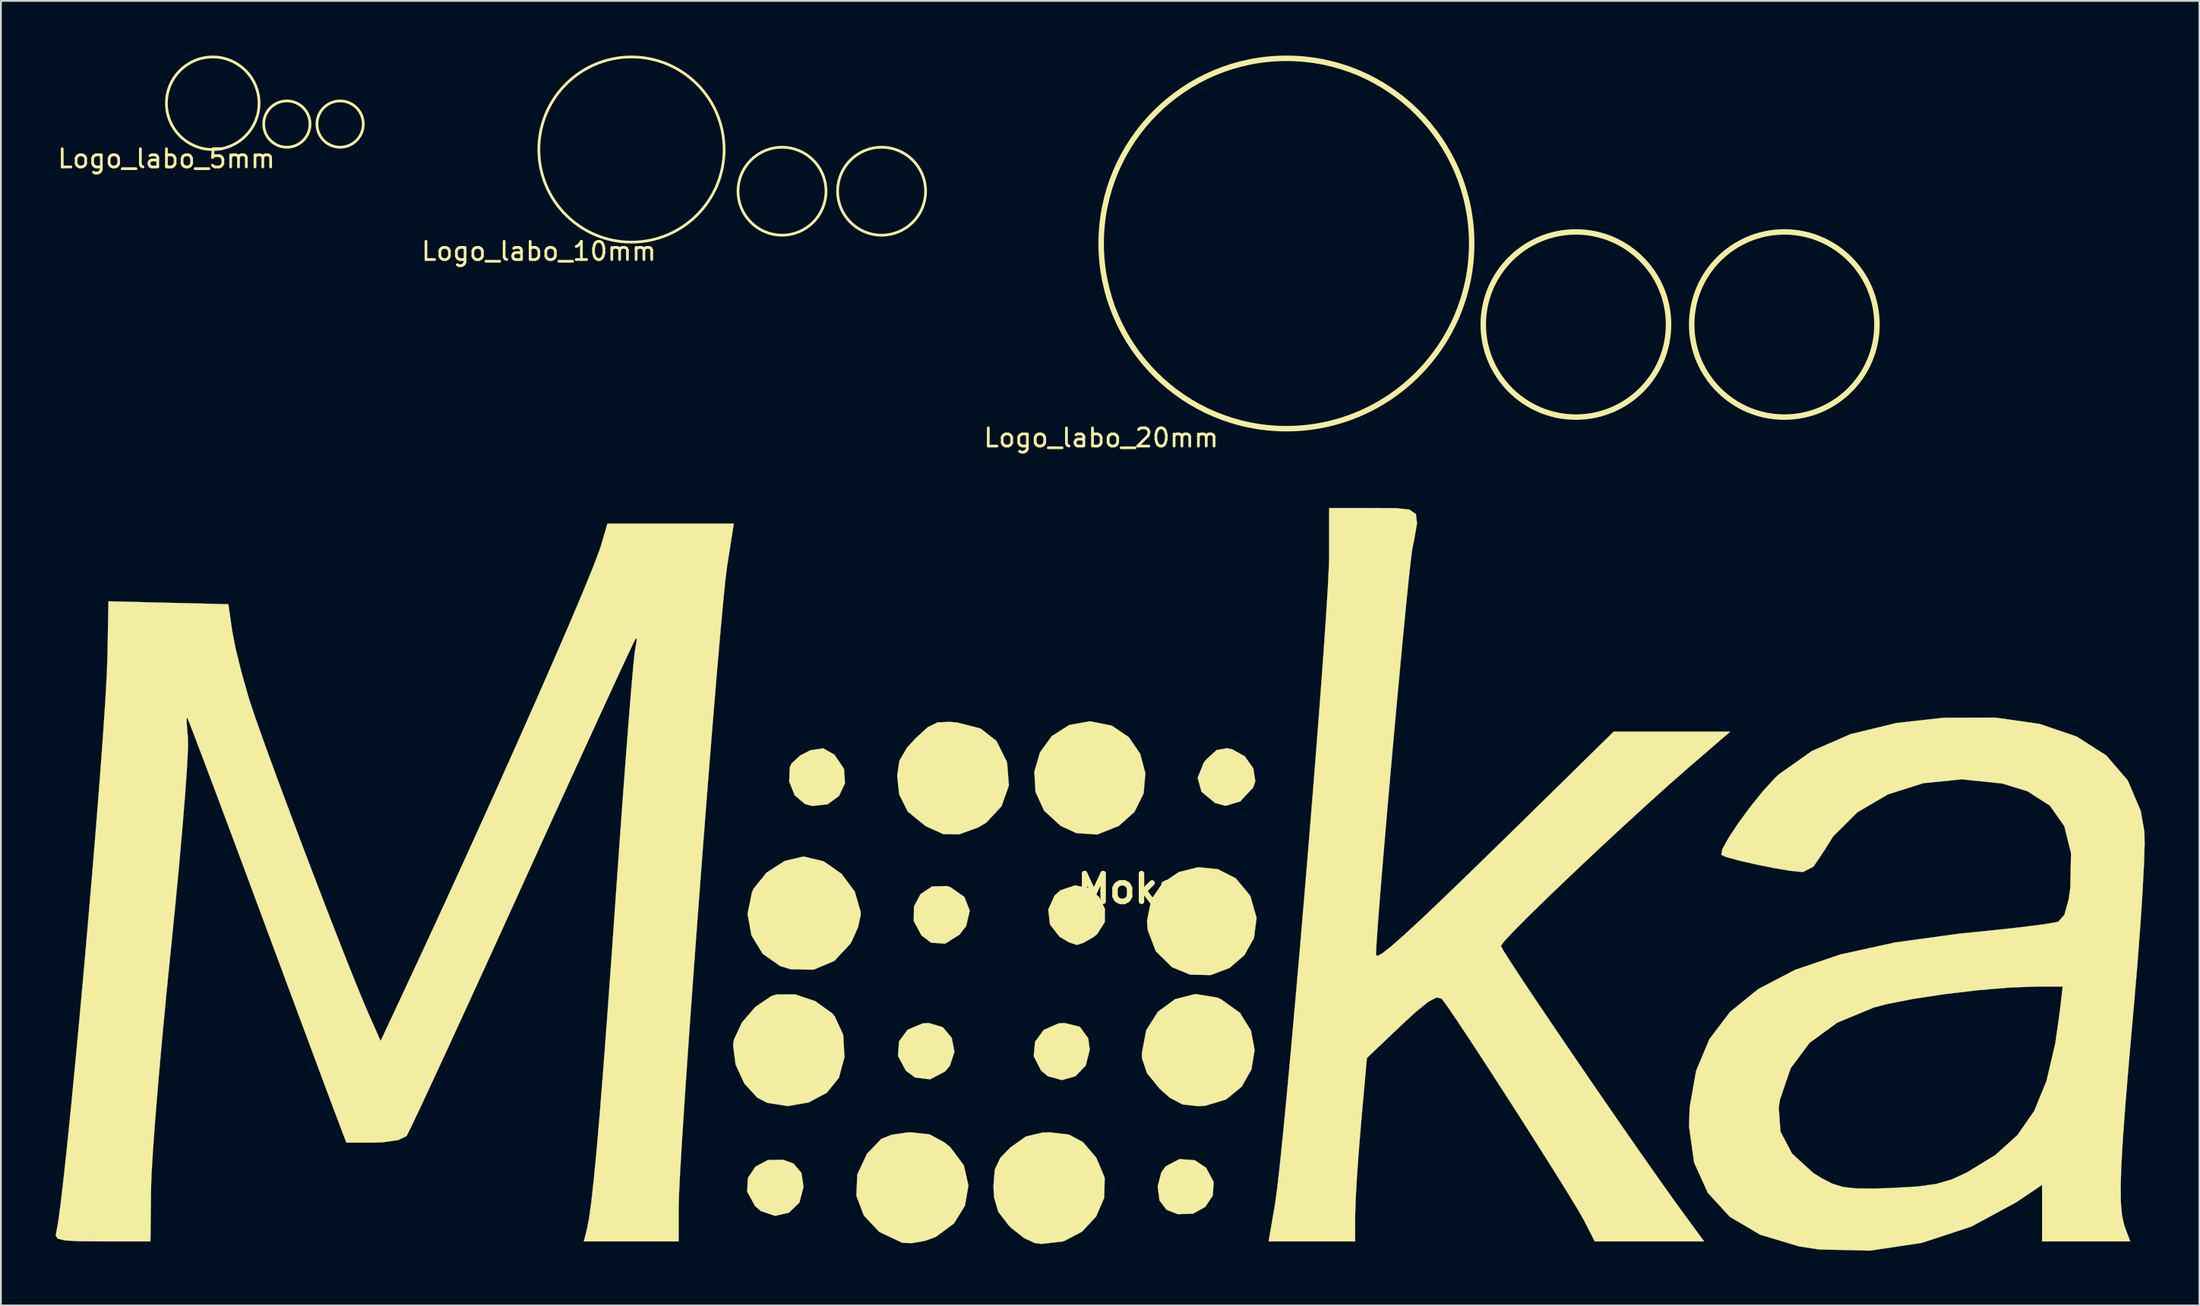
<source format=kicad_pcb>
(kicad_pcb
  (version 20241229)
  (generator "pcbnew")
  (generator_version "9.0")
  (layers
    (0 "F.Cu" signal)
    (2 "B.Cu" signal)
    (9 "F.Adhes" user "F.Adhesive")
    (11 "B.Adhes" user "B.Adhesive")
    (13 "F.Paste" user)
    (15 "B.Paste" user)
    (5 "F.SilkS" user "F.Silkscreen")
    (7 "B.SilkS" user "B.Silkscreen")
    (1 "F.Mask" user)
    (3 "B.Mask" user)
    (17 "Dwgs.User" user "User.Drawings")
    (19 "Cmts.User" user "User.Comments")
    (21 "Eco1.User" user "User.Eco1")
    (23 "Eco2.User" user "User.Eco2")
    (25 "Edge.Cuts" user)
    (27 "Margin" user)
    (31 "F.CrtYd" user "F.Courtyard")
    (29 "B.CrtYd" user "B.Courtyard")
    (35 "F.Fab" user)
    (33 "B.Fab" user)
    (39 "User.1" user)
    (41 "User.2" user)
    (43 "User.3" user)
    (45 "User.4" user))
  (footprint "Logo_labo_5mm"
    (layer "F.Cu")
    (at 6.077 5.155)
    (property "Reference" "Logo_labo_5mm" (at 0 0.5 0) (layer "F.SilkS") (effects (font (size 1 1) (thickness 0.15))))
    (attr through_hole)
    (fp_circle (center 2.54 -2.54) (end 2.54 0) (stroke (width 0.15) (type solid)) (fill no) (layer "F.SilkS"))
    (fp_circle (center 6.604 -1.397) (end 6.604 -2.667) (stroke (width 0.15) (type solid)) (fill no) (layer "F.SilkS"))
    (fp_circle (center 9.525 -1.397) (end 9.525 -2.667) (stroke (width 0.15) (type solid)) (fill no) (layer "F.SilkS")))
  (footprint "Logo_labo_20mm"
    (layer "F.Cu")
    (at 57.339 20.47)
    (property "Reference" "Logo_labo_20mm" (at 0 0.5 0) (layer "F.SilkS") (effects (font (size 1 1) (thickness 0.15))))
    (attr through_hole)
    (fp_circle (center 10.16 -10.16) (end 10.16 0) (stroke (width 0.3) (type solid)) (fill no) (layer "F.SilkS"))
    (fp_circle (center 26.035 -5.715) (end 26.035 -0.635) (stroke (width 0.3) (type solid)) (fill no) (layer "F.SilkS"))
    (fp_circle (center 37.465 -5.715) (end 37.465 -0.635) (stroke (width 0.3) (type solid)) (fill no) (layer "F.SilkS")))
  (footprint "Logo_labo_10mm"
    (layer "F.Cu")
    (at 26.501 10.235)
    (property "Reference" "Logo_labo_10mm" (at 0 0.5 0) (layer "F.SilkS") (effects (font (size 1 1) (thickness 0.15))))
    (attr through_hole)
    (fp_circle (center 5.08 -5.08) (end 5.08 0) (stroke (width 0.15) (type solid)) (fill no) (layer "F.SilkS"))
    (fp_circle (center 13.335 -2.794) (end 13.335 -5.207) (stroke (width 0.15) (type solid)) (fill no) (layer "F.SilkS"))
    (fp_circle (center 18.796 -2.794) (end 18.796 -5.207) (stroke (width 0.15) (type solid)) (fill no) (layer "F.SilkS")))
  (footprint "Moka"
    (layer "F.Cu")
    (at 57.284 45.086)
    (property "Reference" "Moka" (at 1.65 0.63 0) (layer "F.SilkS") (effects (font (size 1.524 1.524) (thickness 0.3))))
    (attr through_hole)
    (fp_poly (pts (xy -16.819 15.707) (xy -16.381 16.215) (xy -16.267 16.981) (xy -16.494 17.848) (xy -17.069 18.4) (xy -17.829 18.574) (xy -18.616 18.308) (xy -18.934 18.029) (xy -19.359 17.244) (xy -19.317 16.491) (xy -18.906 15.877) (xy -18.224 15.51) (xy -17.372 15.499) (xy -16.819 15.707)) (stroke (width 0.01) (type solid)) (fill yes) (layer "F.SilkS"))
    (fp_poly (pts (xy -8.63 8.224) (xy -8.139 8.808) (xy -7.991 9.573) (xy -8.244 10.345) (xy -8.513 10.658) (xy -9.329 11.084) (xy -10.155 10.985) (xy -10.658 10.608) (xy -11.088 9.798) (xy -11.031 8.999) (xy -10.554 8.357) (xy -9.728 8.014) (xy -9.408 7.991) (xy -8.63 8.224)) (stroke (width 0.01) (type solid)) (fill yes) (layer "F.SilkS"))
    (fp_poly (pts (xy -8.211 0.541) (xy -7.447 1.076) (xy -7.15 1.832) (xy -7.347 2.668) (xy -7.706 3.139) (xy -8.497 3.64) (xy -9.273 3.587) (xy -9.802 3.188) (xy -10.223 2.4) (xy -10.212 1.598) (xy -9.85 0.92) (xy -9.22 0.501) (xy -8.404 0.48) (xy -8.211 0.541)) (stroke (width 0.01) (type solid)) (fill yes) (layer "F.SilkS"))
    (fp_poly (pts (xy -1.113 8.202) (xy -0.656 8.828) (xy -0.571 9.455) (xy -0.792 10.331) (xy -1.353 10.911) (xy -2.098 11.127) (xy -2.873 10.913) (xy -3.238 10.608) (xy -3.643 9.818) (xy -3.572 9.023) (xy -3.098 8.373) (xy -2.293 8.018) (xy -1.961 7.991) (xy -1.113 8.202)) (stroke (width 0.01) (type solid)) (fill yes) (layer "F.SilkS"))
    (fp_poly (pts (xy 5.191 15.523) (xy 5.806 15.933) (xy 6.224 16.711) (xy 6.177 17.462) (xy 5.767 18.08) (xy 5.094 18.456) (xy 4.26 18.484) (xy 3.639 18.242) (xy 3.253 17.728) (xy 3.154 16.964) (xy 3.349 16.197) (xy 3.588 15.86) (xy 4.344 15.46) (xy 5.191 15.523)) (stroke (width 0.01) (type solid)) (fill yes) (layer "F.SilkS"))
    (fp_poly (pts (xy 7.238 -7.027) (xy 7.936 -6.635) (xy 8.396 -5.983) (xy 8.511 -5.27) (xy 8.388 -4.925) (xy 7.679 -4.163) (xy 6.878 -3.923) (xy 6.306 -4.078) (xy 5.558 -4.693) (xy 5.345 -5.459) (xy 5.683 -6.298) (xy 5.812 -6.461) (xy 6.381 -6.979) (xy 6.947 -7.083) (xy 7.238 -7.027)) (stroke (width 0.01) (type solid)) (fill yes) (layer "F.SilkS"))
    (fp_poly (pts (xy -14.588 -6.736) (xy -14.564 -6.715) (xy -14.048 -5.953) (xy -13.995 -5.157) (xy -14.322 -4.463) (xy -14.949 -4.005) (xy -15.794 -3.917) (xy -16.188 -4.021) (xy -16.746 -4.493) (xy -17.054 -5.25) (xy -17.025 -6.027) (xy -16.922 -6.251) (xy -16.446 -6.689) (xy -15.89 -6.973) (xy -15.188 -7.077) (xy -14.588 -6.736)) (stroke (width 0.01) (type solid)) (fill yes) (layer "F.SilkS"))
    (fp_poly (pts (xy -0.641 0.6) (xy -0.066 1.072) (xy 0.261 1.733) (xy 0.253 2.46) (xy -0.178 3.13) (xy -0.349 3.266) (xy -0.927 3.599) (xy -1.284 3.71) (xy -1.726 3.559) (xy -2.22 3.266) (xy -2.751 2.593) (xy -2.846 1.769) (xy -2.507 1.005) (xy -2.179 0.712) (xy -1.374 0.439) (xy -0.641 0.6)) (stroke (width 0.01) (type solid)) (fill yes) (layer "F.SilkS"))
    (fp_poly (pts (xy 0.638 -8.323) (xy 1.572 -7.689) (xy 2.196 -6.777) (xy 2.478 -5.71) (xy 2.384 -4.606) (xy 1.881 -3.586) (xy 1.022 -2.821) (xy -0.164 -2.347) (xy -1.316 -2.428) (xy -2.163 -2.821) (xy -3.075 -3.656) (xy -3.546 -4.686) (xy -3.611 -5.791) (xy -3.303 -6.851) (xy -2.655 -7.746) (xy -1.7 -8.356) (xy -0.571 -8.562) (xy 0.638 -8.323)) (stroke (width 0.01) (type solid)) (fill yes) (layer "F.SilkS"))
    (fp_poly (pts (xy 6.452 -0.448) (xy 7.435 0.053) (xy 8.205 0.979) (xy 8.243 1.051) (xy 8.578 2.227) (xy 8.436 3.329) (xy 7.907 4.275) (xy 7.085 4.981) (xy 6.061 5.364) (xy 4.929 5.339) (xy 3.946 4.934) (xy 3.055 4.064) (xy 2.607 2.895) (xy 2.569 2.398) (xy 2.805 1.211) (xy 3.432 0.304) (xy 4.33 -0.294) (xy 5.377 -0.554) (xy 6.452 -0.448)) (stroke (width 0.01) (type solid)) (fill yes) (layer "F.SilkS"))
    (fp_poly (pts (xy -15.63 6.791) (xy -14.711 7.448) (xy -14.56 7.622) (xy -14.092 8.638) (xy -14.021 9.861) (xy -14.325 10.996) (xy -14.986 11.816) (xy -15.981 12.35) (xy -17.129 12.552) (xy -18.247 12.377) (xy -18.803 12.092) (xy -19.514 11.317) (xy -19.992 10.275) (xy -20.132 9.219) (xy -20.088 8.916) (xy -19.655 7.977) (xy -18.912 7.112) (xy -18.051 6.527) (xy -17.777 6.432) (xy -16.736 6.421) (xy -15.63 6.791)) (stroke (width 0.01) (type solid)) (fill yes) (layer "F.SilkS"))
    (fp_poly (pts (xy -15.165 -0.88) (xy -14.181 -0.192) (xy -13.458 0.781) (xy -13.134 1.894) (xy -13.129 2.055) (xy -13.277 2.735) (xy -13.637 3.539) (xy -13.7 3.646) (xy -14.578 4.587) (xy -15.715 5.067) (xy -16.985 5.045) (xy -17.552 4.867) (xy -18.51 4.193) (xy -19.123 3.187) (xy -19.337 2.009) (xy -19.098 0.82) (xy -19.004 0.62) (xy -18.293 -0.262) (xy -17.301 -0.899) (xy -16.267 -1.142) (xy -15.165 -0.88)) (stroke (width 0.01) (type solid)) (fill yes) (layer "F.SilkS"))
    (fp_poly (pts (xy -9.349 14.108) (xy -8.521 14.556) (xy -8.21 14.817) (xy -7.477 15.8) (xy -7.223 16.908) (xy -7.415 18.015) (xy -8.02 18.995) (xy -9.003 19.722) (xy -9.569 19.935) (xy -10.314 20.071) (xy -10.845 20.055) (xy -12.11 19.459) (xy -12.959 18.561) (xy -13.37 17.472) (xy -13.32 16.304) (xy -12.788 15.165) (xy -12 14.35) (xy -11.445 14.128) (xy -10.608 14.003) (xy -10.35 13.993) (xy -9.349 14.108)) (stroke (width 0.01) (type solid)) (fill yes) (layer "F.SilkS"))
    (fp_poly (pts (xy 6.412 6.596) (xy 6.629 6.689) (xy 7.663 7.434) (xy 8.269 8.402) (xy 8.471 9.477) (xy 8.295 10.543) (xy 7.766 11.486) (xy 6.907 12.189) (xy 5.743 12.539) (xy 5.372 12.557) (xy 4.514 12.46) (xy 3.809 12.087) (xy 3.253 11.587) (xy 2.569 10.747) (xy 2.299 9.947) (xy 2.284 9.661) (xy 2.524 8.392) (xy 3.167 7.376) (xy 4.103 6.688) (xy 5.221 6.402) (xy 6.412 6.596)) (stroke (width 0.01) (type solid)) (fill yes) (layer "F.SilkS"))
    (fp_poly (pts (xy -7.829 -8.489) (xy -6.556 -8.165) (xy -5.687 -7.482) (xy -5.13 -6.365) (xy -5.102 -6.273) (xy -5.005 -5.038) (xy -5.41 -3.896) (xy -6.25 -2.996) (xy -6.701 -2.733) (xy -7.737 -2.355) (xy -8.598 -2.371) (xy -9.53 -2.789) (xy -9.614 -2.84) (xy -10.552 -3.606) (xy -11.024 -4.552) (xy -11.13 -5.575) (xy -11.015 -6.387) (xy -10.595 -7.112) (xy -10.124 -7.628) (xy -9.462 -8.233) (xy -8.917 -8.502) (xy -8.235 -8.529) (xy -7.829 -8.489)) (stroke (width 0.01) (type solid)) (fill yes) (layer "F.SilkS"))
    (fp_poly (pts (xy -1.718 14.112) (xy -0.942 14.528) (xy -0.228 15.364) (xy -0.201 15.403) (xy 0.25 16.488) (xy 0.219 17.591) (xy -0.218 18.608) (xy -0.987 19.437) (xy -2.01 19.974) (xy -3.213 20.114) (xy -3.599 20.063) (xy -4.178 19.789) (xy -4.861 19.251) (xy -5.026 19.088) (xy -5.592 18.35) (xy -5.823 17.542) (xy -5.851 16.939) (xy -5.778 16.03) (xy -5.476 15.39) (xy -4.919 14.817) (xy -4.075 14.222) (xy -3.172 14.004) (xy -2.778 13.993) (xy -1.718 14.112)) (stroke (width 0.01) (type solid)) (fill yes) (layer "F.SilkS"))
    (fp_poly (pts (xy 16.21 -20.257) (xy 16.958 -20.177) (xy 17.316 -19.929) (xy 17.376 -19.422) (xy 17.229 -18.561) (xy 17.125 -18.065) (xy 17.054 -17.557) (xy 16.943 -16.561) (xy 16.799 -15.156) (xy 16.63 -13.424) (xy 16.443 -11.444) (xy 16.245 -9.298) (xy 16.042 -7.064) (xy 15.844 -4.824) (xy 15.656 -2.658) (xy 15.485 -0.646) (xy 15.34 1.131) (xy 15.227 2.593) (xy 15.153 3.659) (xy 15.126 4.25) (xy 15.126 4.258) (xy 15.208 4.316) (xy 15.474 4.17) (xy 15.953 3.793) (xy 16.673 3.159) (xy 17.664 2.242) (xy 18.954 1.014) (xy 20.571 -0.551) (xy 22.546 -2.479) (xy 23.854 -3.762) (xy 28.158 -7.991) (xy 34.551 -7.991) (xy 32.33 -6.076) (xy 31.204 -5.087) (xy 29.927 -3.936) (xy 28.562 -2.685) (xy 27.175 -1.394) (xy 25.83 -0.125) (xy 24.59 1.063) (xy 23.521 2.106) (xy 22.686 2.945) (xy 22.15 3.519) (xy 21.975 3.761) (xy 22.131 4.047) (xy 22.567 4.732) (xy 23.236 5.75) (xy 24.093 7.031) (xy 25.09 8.507) (xy 26.181 10.11) (xy 27.32 11.772) (xy 28.459 13.425) (xy 29.553 15.001) (xy 30.555 16.43) (xy 31.418 17.646) (xy 32.022 18.479) (xy 33.124 19.978) (xy 27.124 19.978) (xy 26.544 18.841) (xy 26.234 18.295) (xy 25.681 17.383) (xy 24.939 16.19) (xy 24.063 14.8) (xy 23.108 13.298) (xy 22.126 11.768) (xy 21.173 10.295) (xy 20.303 8.963) (xy 19.569 7.858) (xy 19.027 7.063) (xy 18.731 6.663) (xy 18.724 6.654) (xy 18.457 6.589) (xy 17.995 6.829) (xy 17.271 7.419) (xy 16.518 8.116) (xy 14.627 9.915) (xy 14.306 13.525) (xy 14.18 15.055) (xy 14.077 16.522) (xy 14.008 17.754) (xy 13.984 18.556) (xy 13.984 19.978) (xy 9.238 19.978) (xy 9.594 17.901) (xy 9.706 17.091) (xy 9.854 15.78) (xy 10.032 14.035) (xy 10.236 11.926) (xy 10.458 9.519) (xy 10.694 6.884) (xy 10.938 4.087) (xy 11.184 1.197) (xy 11.426 -1.718) (xy 11.659 -4.589) (xy 11.877 -7.35) (xy 12.075 -9.932) (xy 12.246 -12.266) (xy 12.385 -14.285) (xy 12.487 -15.922) (xy 12.545 -17.106) (xy 12.557 -17.623) (xy 12.557 -20.263) (xy 14.983 -20.263) (xy 16.21 -20.257)) (stroke (width 0.01) (type solid)) (fill yes) (layer "F.SilkS"))
    (fp_poly (pts (xy 51.53 -8.415) (xy 53.565 -7.719) (xy 55.177 -6.686) (xy 56.35 -5.325) (xy 57.065 -3.647) (xy 57.266 -2.511) (xy 57.279 -1.834) (xy 57.242 -0.678) (xy 57.16 0.868) (xy 57.039 2.714) (xy 56.883 4.771) (xy 56.699 6.95) (xy 56.676 7.208) (xy 56.424 10.061) (xy 56.229 12.405) (xy 56.089 14.296) (xy 56.001 15.794) (xy 55.965 16.955) (xy 55.976 17.839) (xy 56.034 18.502) (xy 56.136 19.002) (xy 56.215 19.245) (xy 56.494 19.978) (xy 51.656 19.978) (xy 51.656 16.877) (xy 50.233 17.834) (xy 47.772 19.165) (xy 45.056 20.057) (xy 42.221 20.483) (xy 39.404 20.417) (xy 38.32 20.247) (xy 36.199 19.61) (xy 34.531 18.628) (xy 33.321 17.308) (xy 32.574 15.657) (xy 32.295 13.679) (xy 32.328 12.628) (xy 37.213 12.628) (xy 37.309 13.951) (xy 37.946 15.161) (xy 39.097 16.213) (xy 39.535 16.49) (xy 40.137 16.802) (xy 40.729 16.988) (xy 41.472 17.071) (xy 42.527 17.074) (xy 43.38 17.047) (xy 44.802 16.967) (xy 45.84 16.825) (xy 46.678 16.585) (xy 47.503 16.208) (xy 47.518 16.2) (xy 49.085 15.242) (xy 50.302 14.145) (xy 51.222 12.821) (xy 51.895 11.18) (xy 52.375 9.132) (xy 52.629 7.349) (xy 52.787 5.993) (xy 51.377 5.993) (xy 49.893 6.047) (xy 48.15 6.193) (xy 46.326 6.408) (xy 44.599 6.67) (xy 43.147 6.955) (xy 42.429 7.144) (xy 40.423 7.974) (xy 38.91 9.077) (xy 37.87 10.473) (xy 37.286 12.181) (xy 37.213 12.628) (xy 32.328 12.628) (xy 32.328 12.627) (xy 32.679 10.623) (xy 33.409 8.881) (xy 34.541 7.386) (xy 36.1 6.123) (xy 38.108 5.077) (xy 40.59 4.233) (xy 43.569 3.578) (xy 47.069 3.096) (xy 47.803 3.022) (xy 49.337 2.866) (xy 50.692 2.713) (xy 51.755 2.575) (xy 52.414 2.466) (xy 52.549 2.431) (xy 52.88 2.055) (xy 53.116 1.195) (xy 53.204 0.562) (xy 53.243 -1.318) (xy 52.875 -2.808) (xy 52.082 -3.934) (xy 50.847 -4.725) (xy 49.467 -5.147) (xy 47.265 -5.376) (xy 45.148 -5.166) (xy 43.205 -4.552) (xy 41.527 -3.57) (xy 40.204 -2.253) (xy 39.638 -1.356) (xy 39.117 -0.584) (xy 38.566 -0.301) (xy 38.451 -0.295) (xy 37.835 -0.358) (xy 36.938 -0.51) (xy 35.937 -0.712) (xy 35.005 -0.927) (xy 34.319 -1.118) (xy 34.064 -1.23) (xy 34.12 -1.542) (xy 34.464 -2.169) (xy 35.009 -2.991) (xy 35.672 -3.892) (xy 36.368 -4.752) (xy 37.011 -5.453) (xy 37.228 -5.656) (xy 39.026 -6.928) (xy 41.156 -7.859) (xy 43.675 -8.469) (xy 46.262 -8.756) (xy 49.09 -8.764) (xy 51.53 -8.415)) (stroke (width 0.01) (type solid)) (fill yes) (layer "F.SilkS"))
    (fp_poly (pts (xy -20.461 -17.052) (xy -20.554 -16.307) (xy -20.679 -15.059) (xy -20.833 -13.377) (xy -21.011 -11.327) (xy -21.206 -8.976) (xy -21.415 -6.392) (xy -21.631 -3.642) (xy -21.85 -0.794) (xy -22.067 2.086) (xy -22.277 4.93) (xy -22.475 7.671) (xy -22.655 10.242) (xy -22.812 12.575) (xy -22.943 14.603) (xy -23.04 16.26) (xy -23.1 17.476) (xy -23.117 18.125) (xy -23.117 19.978) (xy -28.316 19.978) (xy -28.144 19.294) (xy -28.031 18.711) (xy -27.906 17.81) (xy -27.767 16.558) (xy -27.611 14.923) (xy -27.435 12.873) (xy -27.238 10.377) (xy -27.015 7.401) (xy -26.764 3.914) (xy -26.532 0.598) (xy -26.347 -2.03) (xy -26.168 -4.502) (xy -25.999 -6.754) (xy -25.846 -8.726) (xy -25.713 -10.354) (xy -25.605 -11.575) (xy -25.527 -12.328) (xy -25.497 -12.53) (xy -25.412 -13.02) (xy -25.459 -13.128) (xy -25.6 -12.848) (xy -25.954 -12.097) (xy -26.499 -10.924) (xy -27.211 -9.379) (xy -28.068 -7.511) (xy -29.047 -5.368) (xy -30.127 -3) (xy -31.283 -0.456) (xy -31.685 0.428) (xy -32.867 3.029) (xy -33.984 5.477) (xy -35.012 7.722) (xy -35.928 9.714) (xy -36.71 11.404) (xy -37.333 12.739) (xy -37.775 13.671) (xy -38.013 14.149) (xy -38.042 14.198) (xy -38.484 14.413) (xy -39.315 14.537) (xy -39.827 14.555) (xy -41.341 14.555) (xy -41.962 12.914) (xy -42.203 12.27) (xy -42.616 11.163) (xy -43.174 9.665) (xy -43.85 7.848) (xy -44.617 5.785) (xy -45.448 3.548) (xy -46.288 1.284) (xy -47.126 -0.973) (xy -47.903 -3.056) (xy -48.595 -4.906) (xy -49.181 -6.463) (xy -49.638 -7.668) (xy -49.943 -8.463) (xy -50.075 -8.786) (xy -50.078 -8.79) (xy -50.101 -8.592) (xy -50.062 -7.994) (xy -50.027 -7.648) (xy -50.024 -7.083) (xy -50.078 -6.025) (xy -50.182 -4.546) (xy -50.33 -2.72) (xy -50.516 -0.621) (xy -50.735 1.677) (xy -50.954 3.853) (xy -51.206 6.362) (xy -51.439 8.819) (xy -51.645 11.135) (xy -51.816 13.221) (xy -51.946 14.987) (xy -52.027 16.344) (xy -52.051 17.052) (xy -52.084 19.976) (xy -54.743 19.977) (xy -55.987 19.967) (xy -56.758 19.925) (xy -57.156 19.831) (xy -57.279 19.665) (xy -57.25 19.478) (xy -57.146 18.933) (xy -57.005 17.885) (xy -56.833 16.401) (xy -56.635 14.549) (xy -56.418 12.395) (xy -56.187 10.005) (xy -55.948 7.447) (xy -55.708 4.787) (xy -55.473 2.092) (xy -55.247 -0.572) (xy -55.037 -3.137) (xy -54.85 -5.536) (xy -54.691 -7.704) (xy -54.565 -9.573) (xy -54.48 -11.076) (xy -54.44 -12.144) (xy -54.385 -15.143) (xy -51.098 -15.063) (xy -47.81 -14.983) (xy -47.601 -13.526) (xy -47.412 -12.548) (xy -47.098 -11.274) (xy -46.722 -9.945) (xy -46.638 -9.673) (xy -46.307 -8.686) (xy -45.804 -7.271) (xy -45.168 -5.53) (xy -44.438 -3.567) (xy -43.653 -1.482) (xy -42.851 0.62) (xy -42.073 2.639) (xy -41.356 4.47) (xy -40.739 6.012) (xy -40.262 7.163) (xy -40.153 7.414) (xy -39.462 8.978) (xy -38.395 6.701) (xy -37.124 3.973) (xy -35.833 1.172) (xy -34.547 -1.646) (xy -33.291 -4.424) (xy -32.09 -7.105) (xy -30.969 -9.632) (xy -29.954 -11.948) (xy -29.069 -13.997) (xy -28.34 -15.722) (xy -27.792 -17.065) (xy -27.451 -17.97) (xy -27.378 -18.194) (xy -27.022 -19.407) (xy -20.091 -19.407) (xy -20.461 -17.052)) (stroke (width 0.01) (type solid)) (fill yes) (layer "F.SilkS")))
  (gr_rect
    (start -3 -3)
    (end 117.569 68.575)
    (stroke (width 0.1) (type default))
    (fill no)
    (layer "Edge.Cuts")))
</source>
